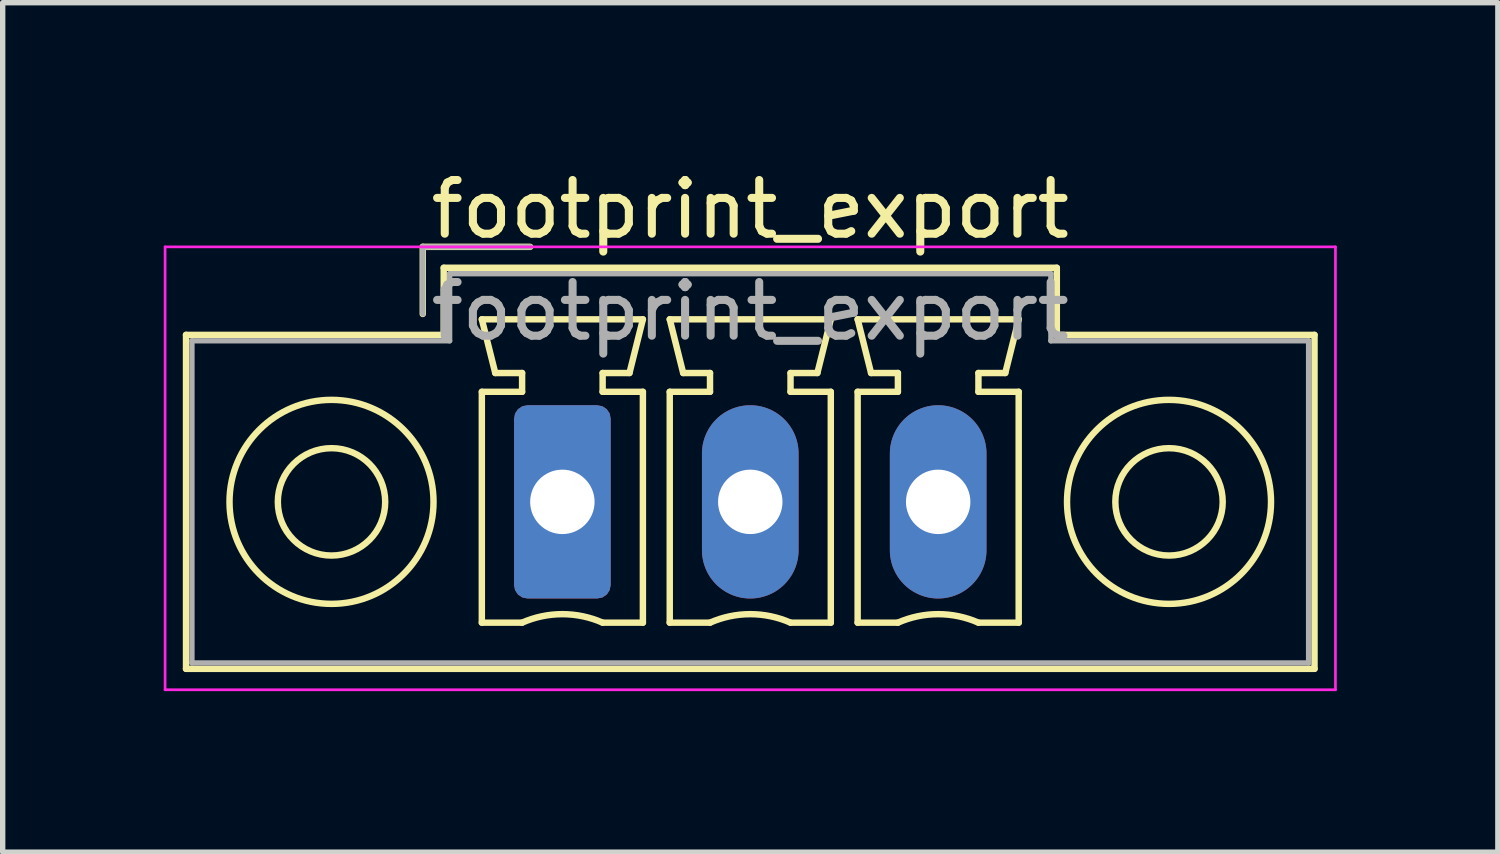
<source format=kicad_pcb>
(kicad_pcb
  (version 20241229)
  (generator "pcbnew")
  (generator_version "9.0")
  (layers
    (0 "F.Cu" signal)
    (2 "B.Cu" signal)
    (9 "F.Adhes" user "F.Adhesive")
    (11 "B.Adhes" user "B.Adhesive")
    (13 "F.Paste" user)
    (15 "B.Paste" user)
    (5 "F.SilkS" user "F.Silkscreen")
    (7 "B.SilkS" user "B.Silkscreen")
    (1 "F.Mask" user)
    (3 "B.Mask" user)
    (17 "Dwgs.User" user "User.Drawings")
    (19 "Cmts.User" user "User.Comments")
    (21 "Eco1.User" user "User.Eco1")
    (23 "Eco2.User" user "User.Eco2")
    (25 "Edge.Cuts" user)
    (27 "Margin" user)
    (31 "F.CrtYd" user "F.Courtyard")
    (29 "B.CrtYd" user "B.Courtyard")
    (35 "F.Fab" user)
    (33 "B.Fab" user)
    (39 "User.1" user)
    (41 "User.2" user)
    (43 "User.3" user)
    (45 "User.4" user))
  (footprint "footprint_export"
    (layer "F.Cu")
    (at 7.425 6.298)
    (property "Reference" "footprint_export" (at 3.5 -5.45 0) (layer "F.SilkS") (effects (font (size 1 1) (thickness 0.15))))
    (attr through_hole)
    (fp_line (start -7.01 -3.11) (end -7.01 3.11) (stroke (width 0.12) (type solid)) (layer "F.SilkS"))
    (fp_line (start -7.01 3.11) (end 14.01 3.11) (stroke (width 0.12) (type solid)) (layer "F.SilkS"))
    (fp_line (start -2.6 -4.75) (end -0.6 -4.75) (stroke (width 0.12) (type solid)) (layer "F.SilkS"))
    (fp_line (start -2.6 -3.5) (end -2.6 -4.75) (stroke (width 0.12) (type solid)) (layer "F.SilkS"))
    (fp_line (start -2.21 -4.36) (end -2.21 -3.11) (stroke (width 0.12) (type solid)) (layer "F.SilkS"))
    (fp_line (start -2.21 -3.11) (end -7.01 -3.11) (stroke (width 0.12) (type solid)) (layer "F.SilkS"))
    (fp_line (start -1.5 -3.4) (end 1.5 -3.4) (stroke (width 0.12) (type solid)) (layer "F.SilkS"))
    (fp_line (start -1.5 -2.05) (end -0.75 -2.05) (stroke (width 0.12) (type solid)) (layer "F.SilkS"))
    (fp_line (start -1.5 2.25) (end -1.5 -2.05) (stroke (width 0.12) (type solid)) (layer "F.SilkS"))
    (fp_line (start -1.25 -2.4) (end -1.5 -3.4) (stroke (width 0.12) (type solid)) (layer "F.SilkS"))
    (fp_line (start -0.75 -2.4) (end -1.25 -2.4) (stroke (width 0.12) (type solid)) (layer "F.SilkS"))
    (fp_line (start -0.75 -2.05) (end -0.75 -2.4) (stroke (width 0.12) (type solid)) (layer "F.SilkS"))
    (fp_line (start -0.75 2.25) (end -1.5 2.25) (stroke (width 0.12) (type solid)) (layer "F.SilkS"))
    (fp_line (start 0.75 -2.4) (end 0.75 -2.05) (stroke (width 0.12) (type solid)) (layer "F.SilkS"))
    (fp_line (start 0.75 -2.05) (end 1.5 -2.05) (stroke (width 0.12) (type solid)) (layer "F.SilkS"))
    (fp_line (start 1.25 -2.4) (end 0.75 -2.4) (stroke (width 0.12) (type solid)) (layer "F.SilkS"))
    (fp_line (start 1.5 -3.4) (end 1.25 -2.4) (stroke (width 0.12) (type solid)) (layer "F.SilkS"))
    (fp_line (start 1.5 -2.05) (end 1.5 2.25) (stroke (width 0.12) (type solid)) (layer "F.SilkS"))
    (fp_line (start 1.5 2.25) (end 0.75 2.25) (stroke (width 0.12) (type solid)) (layer "F.SilkS"))
    (fp_line (start 2 -3.4) (end 5 -3.4) (stroke (width 0.12) (type solid)) (layer "F.SilkS"))
    (fp_line (start 2 -2.05) (end 2.75 -2.05) (stroke (width 0.12) (type solid)) (layer "F.SilkS"))
    (fp_line (start 2 2.25) (end 2 -2.05) (stroke (width 0.12) (type solid)) (layer "F.SilkS"))
    (fp_line (start 2.25 -2.4) (end 2 -3.4) (stroke (width 0.12) (type solid)) (layer "F.SilkS"))
    (fp_line (start 2.75 -2.4) (end 2.25 -2.4) (stroke (width 0.12) (type solid)) (layer "F.SilkS"))
    (fp_line (start 2.75 -2.05) (end 2.75 -2.4) (stroke (width 0.12) (type solid)) (layer "F.SilkS"))
    (fp_line (start 2.75 2.25) (end 2 2.25) (stroke (width 0.12) (type solid)) (layer "F.SilkS"))
    (fp_line (start 4.25 -2.4) (end 4.25 -2.05) (stroke (width 0.12) (type solid)) (layer "F.SilkS"))
    (fp_line (start 4.25 -2.05) (end 5 -2.05) (stroke (width 0.12) (type solid)) (layer "F.SilkS"))
    (fp_line (start 4.75 -2.4) (end 4.25 -2.4) (stroke (width 0.12) (type solid)) (layer "F.SilkS"))
    (fp_line (start 5 -3.4) (end 4.75 -2.4) (stroke (width 0.12) (type solid)) (layer "F.SilkS"))
    (fp_line (start 5 -2.05) (end 5 2.25) (stroke (width 0.12) (type solid)) (layer "F.SilkS"))
    (fp_line (start 5 2.25) (end 4.25 2.25) (stroke (width 0.12) (type solid)) (layer "F.SilkS"))
    (fp_line (start 5.5 -3.4) (end 8.5 -3.4) (stroke (width 0.12) (type solid)) (layer "F.SilkS"))
    (fp_line (start 5.5 -2.05) (end 6.25 -2.05) (stroke (width 0.12) (type solid)) (layer "F.SilkS"))
    (fp_line (start 5.5 2.25) (end 5.5 -2.05) (stroke (width 0.12) (type solid)) (layer "F.SilkS"))
    (fp_line (start 5.75 -2.4) (end 5.5 -3.4) (stroke (width 0.12) (type solid)) (layer "F.SilkS"))
    (fp_line (start 6.25 -2.4) (end 5.75 -2.4) (stroke (width 0.12) (type solid)) (layer "F.SilkS"))
    (fp_line (start 6.25 -2.05) (end 6.25 -2.4) (stroke (width 0.12) (type solid)) (layer "F.SilkS"))
    (fp_line (start 6.25 2.25) (end 5.5 2.25) (stroke (width 0.12) (type solid)) (layer "F.SilkS"))
    (fp_line (start 7.75 -2.4) (end 7.75 -2.05) (stroke (width 0.12) (type solid)) (layer "F.SilkS"))
    (fp_line (start 7.75 -2.05) (end 8.5 -2.05) (stroke (width 0.12) (type solid)) (layer "F.SilkS"))
    (fp_line (start 8.25 -2.4) (end 7.75 -2.4) (stroke (width 0.12) (type solid)) (layer "F.SilkS"))
    (fp_line (start 8.5 -3.4) (end 8.25 -2.4) (stroke (width 0.12) (type solid)) (layer "F.SilkS"))
    (fp_line (start 8.5 -2.05) (end 8.5 2.25) (stroke (width 0.12) (type solid)) (layer "F.SilkS"))
    (fp_line (start 8.5 2.25) (end 7.75 2.25) (stroke (width 0.12) (type solid)) (layer "F.SilkS"))
    (fp_line (start 9.21 -4.36) (end -2.21 -4.36) (stroke (width 0.12) (type solid)) (layer "F.SilkS"))
    (fp_line (start 9.21 -3.11) (end 9.21 -4.36) (stroke (width 0.12) (type solid)) (layer "F.SilkS"))
    (fp_line (start 14.01 -3.11) (end 9.21 -3.11) (stroke (width 0.12) (type solid)) (layer "F.SilkS"))
    (fp_line (start 14.01 3.11) (end 14.01 -3.11) (stroke (width 0.12) (type solid)) (layer "F.SilkS"))
    (fp_arc (start -0.75 2.25) (mid -0.000193 2.09191) (end 0.749647 2.249844) (stroke (width 0.12) (type solid)) (layer "F.SilkS"))
    (fp_arc (start 2.75 2.25) (mid 3.499807 2.09191) (end 4.249647 2.249844) (stroke (width 0.12) (type solid)) (layer "F.SilkS"))
    (fp_arc (start 6.25 2.25) (mid 6.999807 2.09191) (end 7.749647 2.249844) (stroke (width 0.12) (type solid)) (layer "F.SilkS"))
    (fp_circle (center -4.3 0) (end -3.3 0) (stroke (width 0.12) (type solid)) (fill no) (layer "F.SilkS"))
    (fp_circle (center -4.3 0) (end -2.4 0) (stroke (width 0.12) (type solid)) (fill no) (layer "F.SilkS"))
    (fp_circle (center 11.3 0) (end 12.3 0) (stroke (width 0.12) (type solid)) (fill no) (layer "F.SilkS"))
    (fp_circle (center 11.3 0) (end 13.2 0) (stroke (width 0.12) (type solid)) (fill no) (layer "F.SilkS"))
    (fp_line (start -7.4 -4.75) (end -7.4 3.5) (stroke (width 0.05) (type solid)) (layer "F.CrtYd"))
    (fp_line (start -7.4 3.5) (end 14.4 3.5) (stroke (width 0.05) (type solid)) (layer "F.CrtYd"))
    (fp_line (start 14.4 -4.75) (end -7.4 -4.75) (stroke (width 0.05) (type solid)) (layer "F.CrtYd"))
    (fp_line (start 14.4 3.5) (end 14.4 -4.75) (stroke (width 0.05) (type solid)) (layer "F.CrtYd"))
    (fp_line (start -6.9 -3) (end -6.9 3) (stroke (width 0.1) (type solid)) (layer "F.Fab"))
    (fp_line (start -6.9 3) (end 13.9 3) (stroke (width 0.1) (type solid)) (layer "F.Fab"))
    (fp_line (start -2.6 -4.75) (end -0.6 -4.75) (stroke (width 0.1) (type solid)) (layer "F.Fab"))
    (fp_line (start -2.6 -3.5) (end -2.6 -4.75) (stroke (width 0.1) (type solid)) (layer "F.Fab"))
    (fp_line (start -2.1 -4.25) (end -2.1 -3) (stroke (width 0.1) (type solid)) (layer "F.Fab"))
    (fp_line (start -2.1 -3) (end -6.9 -3) (stroke (width 0.1) (type solid)) (layer "F.Fab"))
    (fp_line (start 9.1 -4.25) (end -2.1 -4.25) (stroke (width 0.1) (type solid)) (layer "F.Fab"))
    (fp_line (start 9.1 -3) (end 9.1 -4.25) (stroke (width 0.1) (type solid)) (layer "F.Fab"))
    (fp_line (start 13.9 -3) (end 9.1 -3) (stroke (width 0.1) (type solid)) (layer "F.Fab"))
    (fp_line (start 13.9 3) (end 13.9 -3) (stroke (width 0.1) (type solid)) (layer "F.Fab"))
    (fp_text user "${REFERENCE}" (at 3.5 -3.55 0) (layer "F.Fab") (effects (font (size 1 1) (thickness 0.15))))
    (pad "1" thru_hole roundrect (at 0 0) (size 1.8 3.6) (drill 1.2) (layers "*.Cu" "*.Mask") (roundrect_rratio 0.139))
    (pad "2" thru_hole oval (at 3.5 0) (size 1.8 3.6) (drill 1.2) (layers "*.Cu" "*.Mask"))
    (pad "3" thru_hole oval (at 7 0) (size 1.8 3.6) (drill 1.2) (layers "*.Cu" "*.Mask")))
  (gr_rect
    (start -3 -3)
    (end 24.85 12.823)
    (stroke (width 0.1) (type default))
    (fill no)
    (layer "Edge.Cuts")))
</source>
